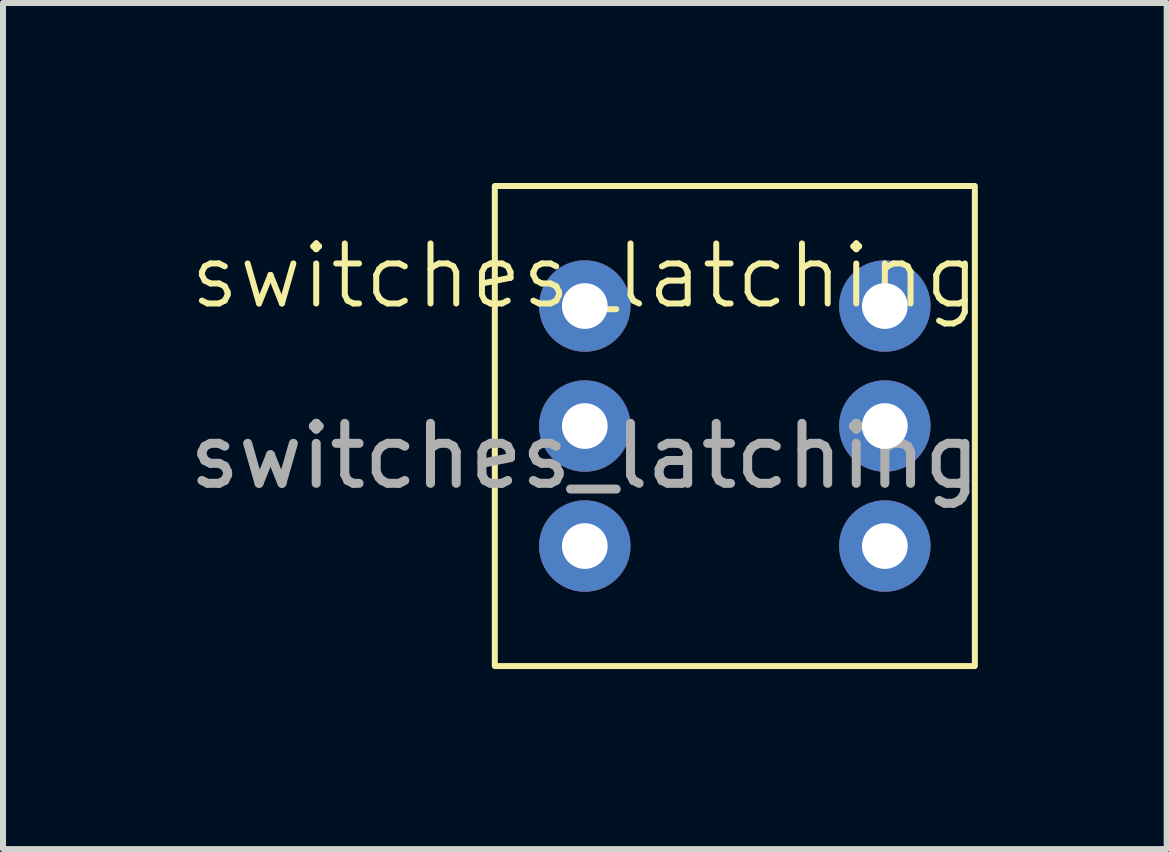
<source format=kicad_pcb>
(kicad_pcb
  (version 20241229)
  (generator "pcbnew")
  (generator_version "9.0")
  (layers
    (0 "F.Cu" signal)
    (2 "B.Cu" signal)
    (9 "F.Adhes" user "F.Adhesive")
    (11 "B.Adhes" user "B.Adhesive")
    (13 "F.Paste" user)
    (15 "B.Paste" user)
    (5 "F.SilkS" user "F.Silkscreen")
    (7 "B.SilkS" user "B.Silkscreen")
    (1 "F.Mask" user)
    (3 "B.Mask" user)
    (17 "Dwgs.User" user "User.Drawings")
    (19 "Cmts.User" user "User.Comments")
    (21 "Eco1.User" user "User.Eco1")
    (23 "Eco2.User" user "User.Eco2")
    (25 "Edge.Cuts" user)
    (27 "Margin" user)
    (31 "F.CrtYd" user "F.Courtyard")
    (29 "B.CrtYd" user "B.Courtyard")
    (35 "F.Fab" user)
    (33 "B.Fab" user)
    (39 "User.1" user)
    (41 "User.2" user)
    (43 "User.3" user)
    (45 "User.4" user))
  (footprint "switches_latching"
    (layer "F.Cu")
    (at 6.696 2.05)
    (property "Reference" "switches_latching" (at 0 -0.5 0) (unlocked yes) (layer "F.SilkS") (effects (font (size 1 1) (thickness 0.1))))
    (attr through_hole)
    (fp_rect (start -1.5 -2) (end 6.5 6) (stroke (width 0.1) (type solid)) (fill no) (layer "F.SilkS"))
    (fp_text user "${REFERENCE}" (at 0 2.5 0) (unlocked yes) (layer "F.Fab") (effects (font (size 1 1) (thickness 0.15))))
    (pad "1" thru_hole circle (at 5 0) (size 1.524 1.524) (drill 0.762) (layers "*.Cu" "*.Mask"))
    (pad "2" thru_hole circle (at 5 2) (size 1.524 1.524) (drill 0.762) (layers "*.Cu" "*.Mask"))
    (pad "3" thru_hole circle (at 5 4) (size 1.524 1.524) (drill 0.762) (layers "*.Cu" "*.Mask"))
    (pad "4" thru_hole circle (at 0 0) (size 1.524 1.524) (drill 0.762) (layers "*.Cu" "*.Mask"))
    (pad "5" thru_hole circle (at 0 2) (size 1.524 1.524) (drill 0.762) (layers "*.Cu" "*.Mask"))
    (pad "6" thru_hole circle (at 0 4) (size 1.524 1.524) (drill 0.762) (layers "*.Cu" "*.Mask")))
  (gr_rect
    (start -3 -3)
    (end 16.393 11.1)
    (stroke (width 0.1) (type default))
    (fill no)
    (layer "Edge.Cuts")))
</source>
